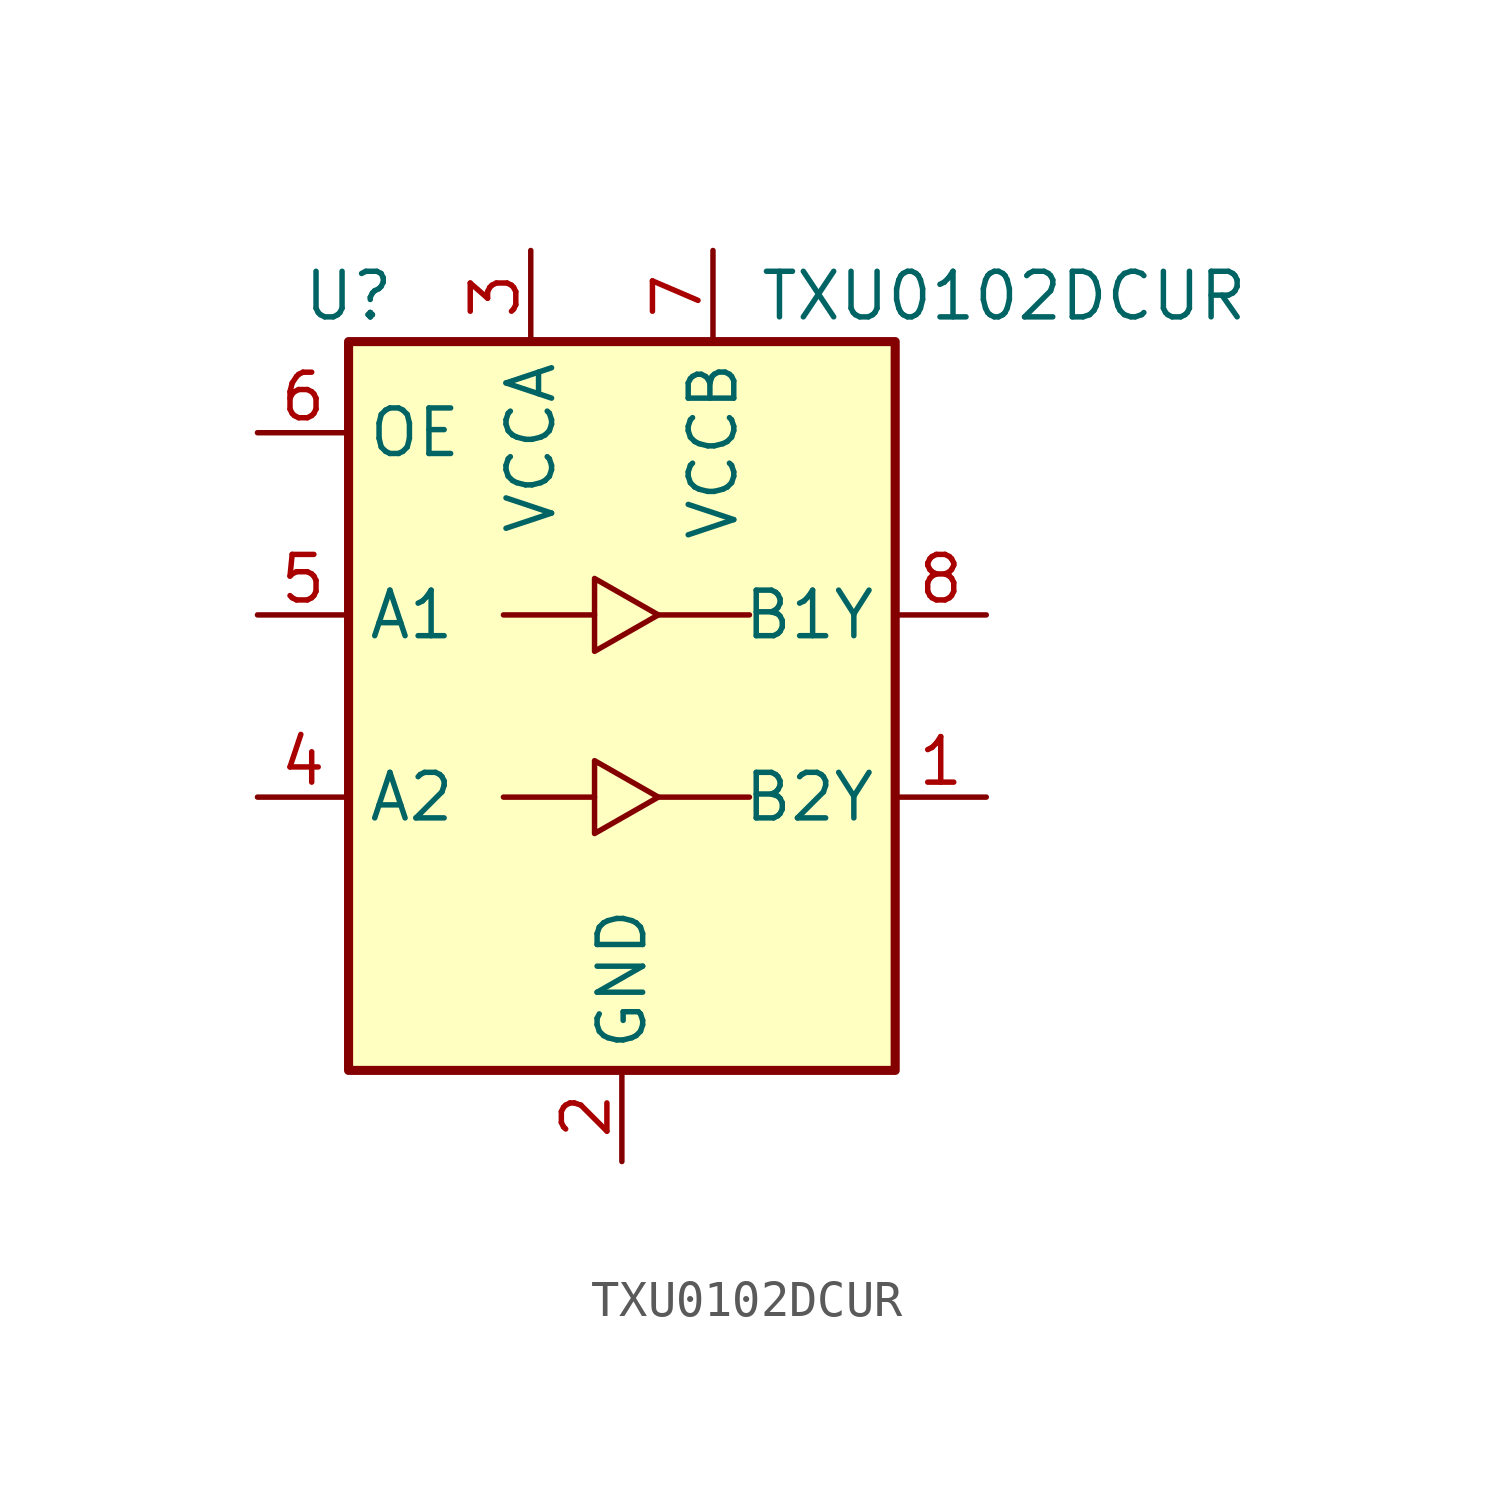
<source format=kicad_sym>
(kicad_symbol_lib
  (version 20231120)
  (generator "kicad_symbol_editor")
  (generator_version "8.0")
  (symbol "TXU0102DCUR"
    (property "Reference" "U"
      (at -7.62 11.43 0)
      (effects (font (size 1.27 1.27))))
    (property "Value" "TXU0102DCUR"
      (at 3.81 11.43 0)
      (effects (font (size 1.27 1.27)) (justify left)))
    (symbol "TXU0102DCUR_0_1"
      (rectangle (start -7.62 10.16) (end 7.62 -10.16) (stroke (width 0.254) (type default)) (fill (type background)))
      (polyline (pts (xy -3.302 -2.54) (xy -0.762 -2.54)) (stroke (width 0) (type default)) (fill (type none)))
      (polyline (pts (xy -3.302 2.54) (xy -0.762 2.54)) (stroke (width 0) (type default)) (fill (type none)))
      (polyline (pts (xy 1.016 -2.54) (xy 3.556 -2.54)) (stroke (width 0) (type default)) (fill (type none)))
      (polyline (pts (xy 1.016 2.54) (xy 3.556 2.54)) (stroke (width 0) (type default)) (fill (type none)))
      (polyline (pts (xy -0.762 -3.556) (xy -0.762 -1.524) (xy 1.016 -2.54) (xy -0.762 -3.556)) (stroke (width 0) (type default)) (fill (type none)))
      (polyline (pts (xy -0.762 1.524) (xy -0.762 3.556) (xy 1.016 2.54) (xy -0.762 1.524)) (stroke (width 0) (type default)) (fill (type none))))
    (symbol "TXU0102DCUR_1_1"
      (pin output line (at 10.16 -2.54 180) (length 2.54) (name "B2Y" (effects (font (size 1.27 1.27)))) (number "1" (effects (font (size 1.27 1.27)))))
      (pin power_in line (at 0 -12.7 90) (length 2.54) (name "GND" (effects (font (size 1.27 1.27)))) (number "2" (effects (font (size 1.27 1.27)))))
      (pin power_in line (at -2.54 12.7 270) (length 2.54) (name "VCCA" (effects (font (size 1.27 1.27)))) (number "3" (effects (font (size 1.27 1.27)))))
      (pin input line (at -10.16 -2.54 0) (length 2.54) (name "A2" (effects (font (size 1.27 1.27)))) (number "4" (effects (font (size 1.27 1.27)))))
      (pin input line (at -10.16 2.54 0) (length 2.54) (name "A1" (effects (font (size 1.27 1.27)))) (number "5" (effects (font (size 1.27 1.27)))))
      (pin input line (at -10.16 7.62 0) (length 2.54) (name "OE" (effects (font (size 1.27 1.27)))) (number "6" (effects (font (size 1.27 1.27)))))
      (pin power_in line (at 2.54 12.7 270) (length 2.54) (name "VCCB" (effects (font (size 1.27 1.27)))) (number "7" (effects (font (size 1.27 1.27)))))
      (pin output line (at 10.16 2.54 180) (length 2.54) (name "B1Y" (effects (font (size 1.27 1.27)))) (number "8" (effects (font (size 1.27 1.27))))))))
</source>
